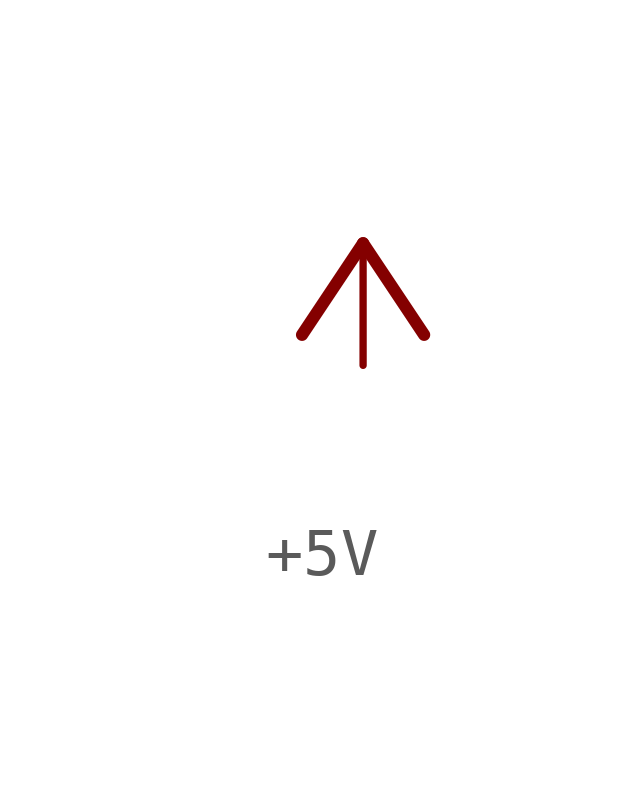
<source format=kicad_sym>
(kicad_symbol_lib
  (version 20231120)
  (generator "kicad_symbol_editor")
  (generator_version "8.0")
  (symbol "+5V"
    (power)
    (property "Reference" "#P+"
      (at 0 0 0)
      (effects (font (size 1.27 1.27)) (hide yes)))
    (property "Value" ""
      (at -2.54 -5.08 90)
      (effects (font (size 1.778 1.511)) (justify left bottom)))
    (property "ki_locked" ""
      (at 0 0 0)
      (effects (font (size 1.27 1.27))))
    (symbol "+5V_1_0"
      (polyline (pts (xy 0 0) (xy -1.27 -1.905)) (stroke (width 0.254) (type solid)) (fill (type none)))
      (polyline (pts (xy 1.27 -1.905) (xy 0 0)) (stroke (width 0.254) (type solid)) (fill (type none)))
      (pin power_in line (at 0 -2.54 90) (length 2.54) (name "+5V" (effects (font (size 0 0)))) (number "1" (effects (font (size 0 0))))))))
</source>
